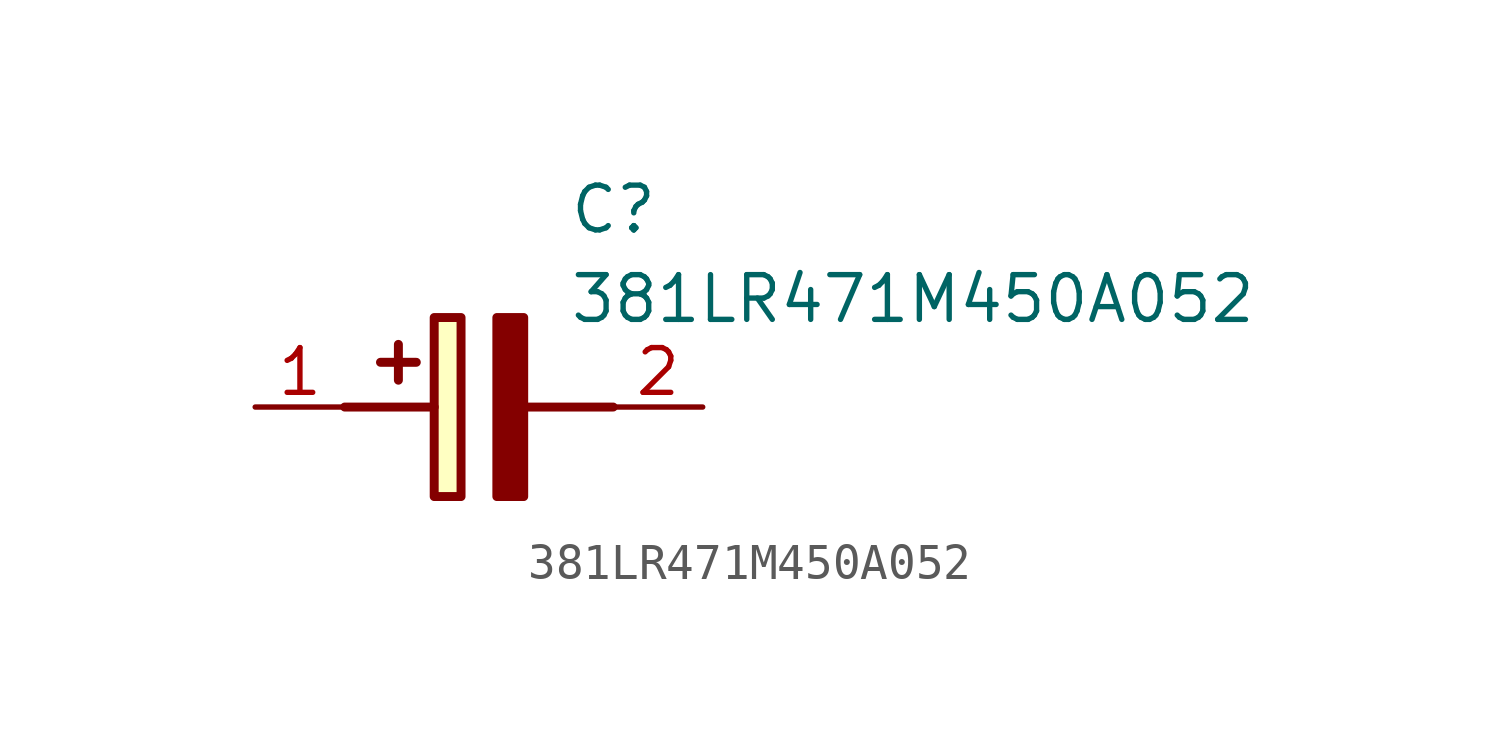
<source format=kicad_sym>
(kicad_symbol_lib
  (version 20211014)
  (generator SamacSys_ECAD_Model)
  (symbol "381LR471M450A052"
    (pin_names hide)
    (property "Reference" "C"
      (at 8.89 6.35 0)
      (effects (font (size 1.27 1.27)) (justify left top)))
    (property "Value" "381LR471M450A052"
      (at 8.89 3.81 0)
      (effects (font (size 1.27 1.27)) (justify left top)))
    (rectangle
      (start 5.08 2.54)
      (end 5.842 -2.54)
      (stroke (width 0.254) (type default))
      (fill (type background)))
    (polyline
      (pts (xy 4.572 1.27) (xy 3.556 1.27))
      (stroke (width 0.254) (type default))
      (fill (type none)))
    (polyline
      (pts (xy 4.064 1.778) (xy 4.064 0.762))
      (stroke (width 0.254) (type default))
      (fill (type none)))
    (polyline
      (pts (xy 2.54 0) (xy 5.08 0))
      (stroke (width 0.254) (type default))
      (fill (type none)))
    (polyline
      (pts (xy 7.62 0) (xy 10.16 0))
      (stroke (width 0.254) (type default))
      (fill (type none)))
    (polyline
      (pts (xy 7.62 2.54) (xy 7.62 -2.54) (xy 6.858 -2.54) (xy 6.858 2.54) (xy 7.62 2.54))
      (stroke (width 0.254) (type default))
      (fill (type outline)))
    (pin passive line
      (at 0 0 0)
      (length 2.54)
      (name "+" (effects (font (size 1.27 1.27))))
      (number "1" (effects (font (size 1.27 1.27)))))
    (pin passive line
      (at 12.7 0 180)
      (length 2.54)
      (name "-" (effects (font (size 1.27 1.27))))
      (number "2" (effects (font (size 1.27 1.27)))))))
</source>
